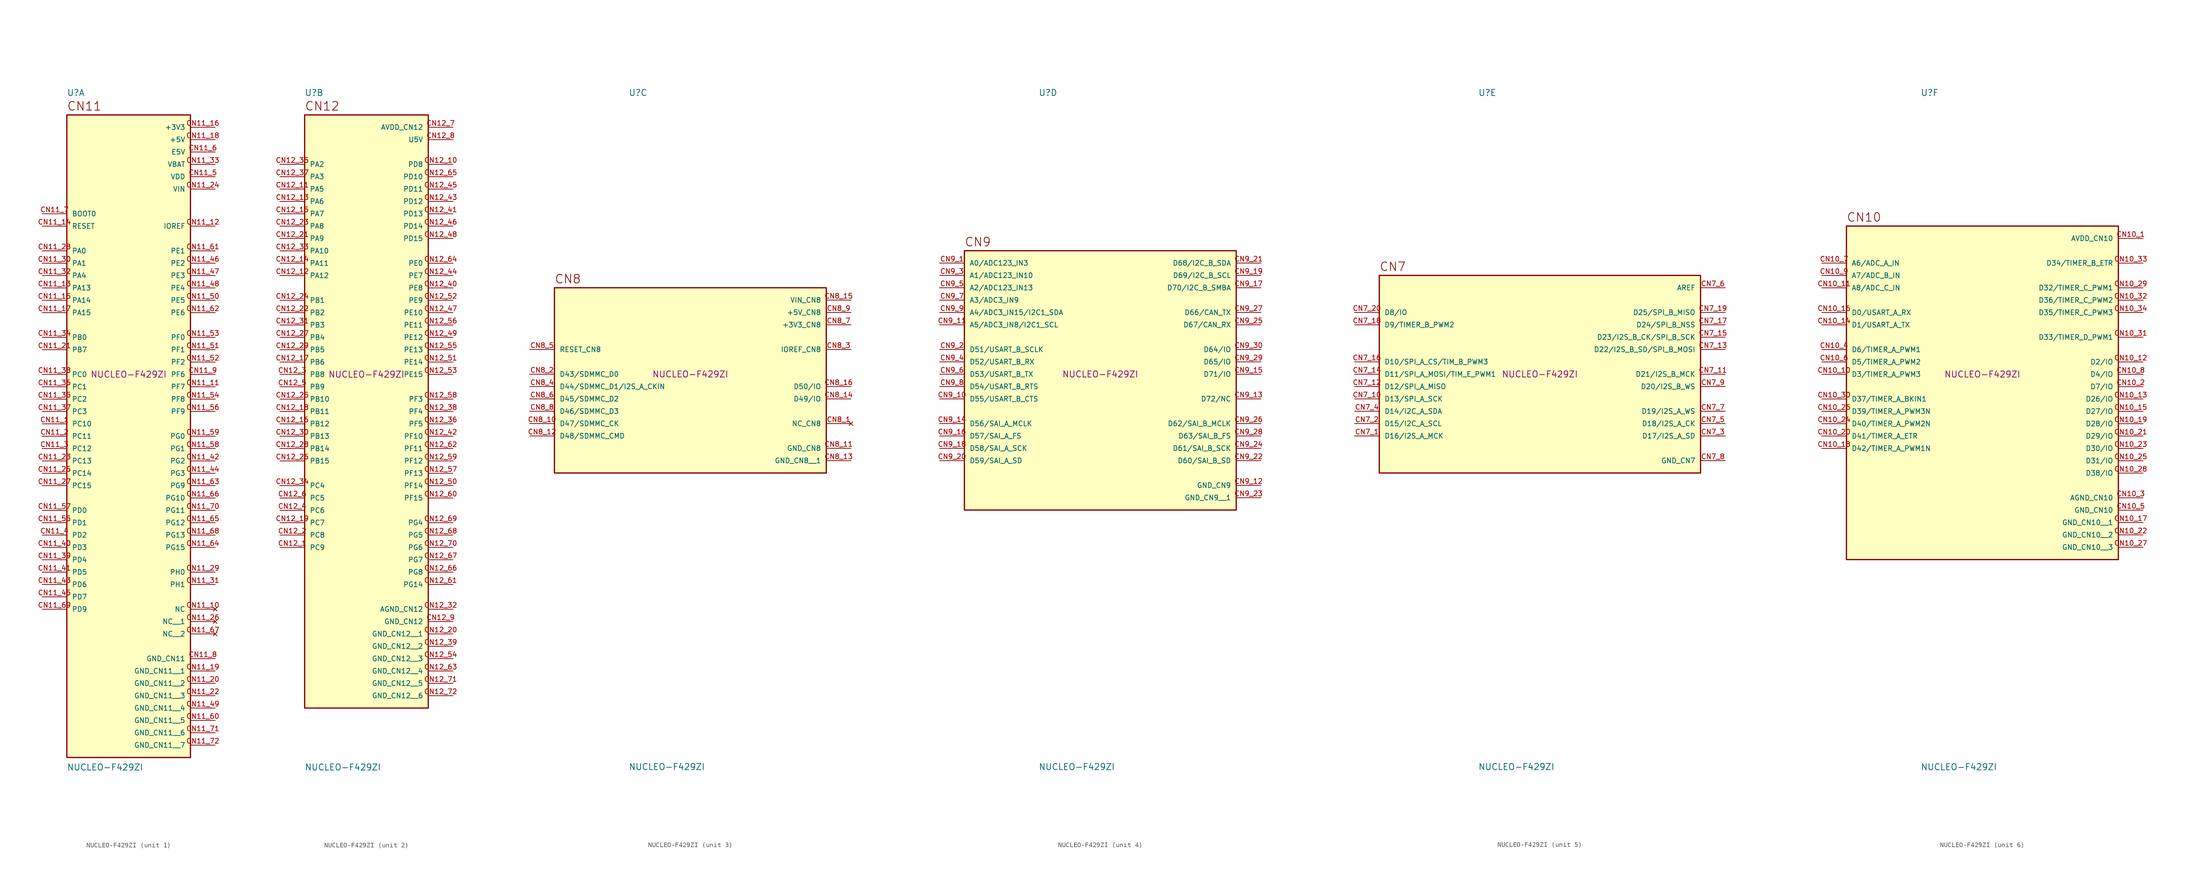
<source format=kicad_sym>
(kicad_symbol_lib
  (version 20211014)
  (generator kicad_symbol_editor)
  (symbol "NUCLEO-F429ZI"
    (pin_names
      (offset 1.016))
    (property "Reference" "U"
      (at -12.7 57.15 0)
      (effects (font (size 1.27 1.27)) (justify left bottom)))
    (property "Value" "NUCLEO-F429ZI"
      (at -12.7 -80.01 0)
      (effects (font (size 1.27 1.27)) (justify left top)))
    (property "Manufacturer_Part_Number" "NUCLEO-F429ZI"
      (at 0 0 0)
      (effects (font (size 1.27 1.27))))
    (symbol "NUCLEO-F429ZI_1_0"
      (rectangle (start -12.7 -78.74) (end 12.7 53.34) (stroke (width 0.254) (type default) (color 0 0 0 0)) (fill (type background)))
      (text "CN11" (at -12.7 54.102 0) (effects (font (size 1.778 1.778)) (justify left bottom)))
      (pin bidirectional line (at -17.78 -10.16 0) (length 5.08) (name "PC10" (effects (font (size 1.016 1.016)))) (number "CN11_1" (effects (font (size 1.016 1.016)))))
      (pin no_connect line (at 17.78 -48.26 180) (length 5.08) (name "NC" (effects (font (size 1.016 1.016)))) (number "CN11_10" (effects (font (size 1.016 1.016)))))
      (pin bidirectional line (at 17.78 -2.54 180) (length 5.08) (name "PF7" (effects (font (size 1.016 1.016)))) (number "CN11_11" (effects (font (size 1.016 1.016)))))
      (pin bidirectional line (at 17.78 30.48 180) (length 5.08) (name "IOREF" (effects (font (size 1.016 1.016)))) (number "CN11_12" (effects (font (size 1.016 1.016)))))
      (pin bidirectional line (at -17.78 17.78 0) (length 5.08) (name "PA13" (effects (font (size 1.016 1.016)))) (number "CN11_13" (effects (font (size 1.016 1.016)))))
      (pin bidirectional line (at -17.78 30.48 0) (length 5.08) (name "RESET" (effects (font (size 1.016 1.016)))) (number "CN11_14" (effects (font (size 1.016 1.016)))))
      (pin bidirectional line (at -17.78 15.24 0) (length 5.08) (name "PA14" (effects (font (size 1.016 1.016)))) (number "CN11_15" (effects (font (size 1.016 1.016)))))
      (pin power_in line (at 17.78 50.8 180) (length 5.08) (name "+3V3" (effects (font (size 1.016 1.016)))) (number "CN11_16" (effects (font (size 1.016 1.016)))))
      (pin bidirectional line (at -17.78 12.7 0) (length 5.08) (name "PA15" (effects (font (size 1.016 1.016)))) (number "CN11_17" (effects (font (size 1.016 1.016)))))
      (pin power_in line (at 17.78 48.26 180) (length 5.08) (name "+5V" (effects (font (size 1.016 1.016)))) (number "CN11_18" (effects (font (size 1.016 1.016)))))
      (pin power_in line (at 17.78 -60.96 180) (length 5.08) (name "GND_CN11__1" (effects (font (size 1.016 1.016)))) (number "CN11_19" (effects (font (size 1.016 1.016)))))
      (pin bidirectional line (at -17.78 -12.7 0) (length 5.08) (name "PC11" (effects (font (size 1.016 1.016)))) (number "CN11_2" (effects (font (size 1.016 1.016)))))
      (pin power_in line (at 17.78 -63.5 180) (length 5.08) (name "GND_CN11__2" (effects (font (size 1.016 1.016)))) (number "CN11_20" (effects (font (size 1.016 1.016)))))
      (pin bidirectional line (at -17.78 5.08 0) (length 5.08) (name "PB7" (effects (font (size 1.016 1.016)))) (number "CN11_21" (effects (font (size 1.016 1.016)))))
      (pin power_in line (at 17.78 -66.04 180) (length 5.08) (name "GND_CN11__3" (effects (font (size 1.016 1.016)))) (number "CN11_22" (effects (font (size 1.016 1.016)))))
      (pin bidirectional line (at -17.78 -17.78 0) (length 5.08) (name "PC13" (effects (font (size 1.016 1.016)))) (number "CN11_23" (effects (font (size 1.016 1.016)))))
      (pin power_in line (at 17.78 38.1 180) (length 5.08) (name "VIN" (effects (font (size 1.016 1.016)))) (number "CN11_24" (effects (font (size 1.016 1.016)))))
      (pin bidirectional line (at -17.78 -20.32 0) (length 5.08) (name "PC14" (effects (font (size 1.016 1.016)))) (number "CN11_25" (effects (font (size 1.016 1.016)))))
      (pin no_connect line (at 17.78 -50.8 180) (length 5.08) (name "NC__1" (effects (font (size 1.016 1.016)))) (number "CN11_26" (effects (font (size 1.016 1.016)))))
      (pin bidirectional line (at -17.78 -22.86 0) (length 5.08) (name "PC15" (effects (font (size 1.016 1.016)))) (number "CN11_27" (effects (font (size 1.016 1.016)))))
      (pin bidirectional line (at -17.78 25.4 0) (length 5.08) (name "PA0" (effects (font (size 1.016 1.016)))) (number "CN11_28" (effects (font (size 1.016 1.016)))))
      (pin bidirectional line (at 17.78 -40.64 180) (length 5.08) (name "PH0" (effects (font (size 1.016 1.016)))) (number "CN11_29" (effects (font (size 1.016 1.016)))))
      (pin bidirectional line (at -17.78 -15.24 0) (length 5.08) (name "PC12" (effects (font (size 1.016 1.016)))) (number "CN11_3" (effects (font (size 1.016 1.016)))))
      (pin bidirectional line (at -17.78 22.86 0) (length 5.08) (name "PA1" (effects (font (size 1.016 1.016)))) (number "CN11_30" (effects (font (size 1.016 1.016)))))
      (pin bidirectional line (at 17.78 -43.18 180) (length 5.08) (name "PH1" (effects (font (size 1.016 1.016)))) (number "CN11_31" (effects (font (size 1.016 1.016)))))
      (pin bidirectional line (at -17.78 20.32 0) (length 5.08) (name "PA4" (effects (font (size 1.016 1.016)))) (number "CN11_32" (effects (font (size 1.016 1.016)))))
      (pin power_in line (at 17.78 43.18 180) (length 5.08) (name "VBAT" (effects (font (size 1.016 1.016)))) (number "CN11_33" (effects (font (size 1.016 1.016)))))
      (pin bidirectional line (at -17.78 7.62 0) (length 5.08) (name "PB0" (effects (font (size 1.016 1.016)))) (number "CN11_34" (effects (font (size 1.016 1.016)))))
      (pin bidirectional line (at -17.78 -5.08 0) (length 5.08) (name "PC2" (effects (font (size 1.016 1.016)))) (number "CN11_35" (effects (font (size 1.016 1.016)))))
      (pin bidirectional line (at -17.78 -2.54 0) (length 5.08) (name "PC1" (effects (font (size 1.016 1.016)))) (number "CN11_36" (effects (font (size 1.016 1.016)))))
      (pin bidirectional line (at -17.78 -7.62 0) (length 5.08) (name "PC3" (effects (font (size 1.016 1.016)))) (number "CN11_37" (effects (font (size 1.016 1.016)))))
      (pin bidirectional line (at -17.78 0 0) (length 5.08) (name "PC0" (effects (font (size 1.016 1.016)))) (number "CN11_38" (effects (font (size 1.016 1.016)))))
      (pin bidirectional line (at -17.78 -38.1 0) (length 5.08) (name "PD4" (effects (font (size 1.016 1.016)))) (number "CN11_39" (effects (font (size 1.016 1.016)))))
      (pin bidirectional line (at -17.78 -33.02 0) (length 5.08) (name "PD2" (effects (font (size 1.016 1.016)))) (number "CN11_4" (effects (font (size 1.016 1.016)))))
      (pin bidirectional line (at -17.78 -35.56 0) (length 5.08) (name "PD3" (effects (font (size 1.016 1.016)))) (number "CN11_40" (effects (font (size 1.016 1.016)))))
      (pin bidirectional line (at -17.78 -40.64 0) (length 5.08) (name "PD5" (effects (font (size 1.016 1.016)))) (number "CN11_41" (effects (font (size 1.016 1.016)))))
      (pin bidirectional line (at 17.78 -17.78 180) (length 5.08) (name "PG2" (effects (font (size 1.016 1.016)))) (number "CN11_42" (effects (font (size 1.016 1.016)))))
      (pin bidirectional line (at -17.78 -43.18 0) (length 5.08) (name "PD6" (effects (font (size 1.016 1.016)))) (number "CN11_43" (effects (font (size 1.016 1.016)))))
      (pin bidirectional line (at 17.78 -20.32 180) (length 5.08) (name "PG3" (effects (font (size 1.016 1.016)))) (number "CN11_44" (effects (font (size 1.016 1.016)))))
      (pin bidirectional line (at -17.78 -45.72 0) (length 5.08) (name "PD7" (effects (font (size 1.016 1.016)))) (number "CN11_45" (effects (font (size 1.016 1.016)))))
      (pin bidirectional line (at 17.78 22.86 180) (length 5.08) (name "PE2" (effects (font (size 1.016 1.016)))) (number "CN11_46" (effects (font (size 1.016 1.016)))))
      (pin bidirectional line (at 17.78 20.32 180) (length 5.08) (name "PE3" (effects (font (size 1.016 1.016)))) (number "CN11_47" (effects (font (size 1.016 1.016)))))
      (pin bidirectional line (at 17.78 17.78 180) (length 5.08) (name "PE4" (effects (font (size 1.016 1.016)))) (number "CN11_48" (effects (font (size 1.016 1.016)))))
      (pin power_in line (at 17.78 -68.58 180) (length 5.08) (name "GND_CN11__4" (effects (font (size 1.016 1.016)))) (number "CN11_49" (effects (font (size 1.016 1.016)))))
      (pin power_in line (at 17.78 40.64 180) (length 5.08) (name "VDD" (effects (font (size 1.016 1.016)))) (number "CN11_5" (effects (font (size 1.016 1.016)))))
      (pin bidirectional line (at 17.78 15.24 180) (length 5.08) (name "PE5" (effects (font (size 1.016 1.016)))) (number "CN11_50" (effects (font (size 1.016 1.016)))))
      (pin bidirectional line (at 17.78 5.08 180) (length 5.08) (name "PF1" (effects (font (size 1.016 1.016)))) (number "CN11_51" (effects (font (size 1.016 1.016)))))
      (pin bidirectional line (at 17.78 2.54 180) (length 5.08) (name "PF2" (effects (font (size 1.016 1.016)))) (number "CN11_52" (effects (font (size 1.016 1.016)))))
      (pin bidirectional line (at 17.78 7.62 180) (length 5.08) (name "PF0" (effects (font (size 1.016 1.016)))) (number "CN11_53" (effects (font (size 1.016 1.016)))))
      (pin bidirectional line (at 17.78 -5.08 180) (length 5.08) (name "PF8" (effects (font (size 1.016 1.016)))) (number "CN11_54" (effects (font (size 1.016 1.016)))))
      (pin bidirectional line (at -17.78 -30.48 0) (length 5.08) (name "PD1" (effects (font (size 1.016 1.016)))) (number "CN11_55" (effects (font (size 1.016 1.016)))))
      (pin bidirectional line (at 17.78 -7.62 180) (length 5.08) (name "PF9" (effects (font (size 1.016 1.016)))) (number "CN11_56" (effects (font (size 1.016 1.016)))))
      (pin bidirectional line (at -17.78 -27.94 0) (length 5.08) (name "PD0" (effects (font (size 1.016 1.016)))) (number "CN11_57" (effects (font (size 1.016 1.016)))))
      (pin bidirectional line (at 17.78 -15.24 180) (length 5.08) (name "PG1" (effects (font (size 1.016 1.016)))) (number "CN11_58" (effects (font (size 1.016 1.016)))))
      (pin bidirectional line (at 17.78 -12.7 180) (length 5.08) (name "PG0" (effects (font (size 1.016 1.016)))) (number "CN11_59" (effects (font (size 1.016 1.016)))))
      (pin power_in line (at 17.78 45.72 180) (length 5.08) (name "E5V" (effects (font (size 1.016 1.016)))) (number "CN11_6" (effects (font (size 1.016 1.016)))))
      (pin power_in line (at 17.78 -71.12 180) (length 5.08) (name "GND_CN11__5" (effects (font (size 1.016 1.016)))) (number "CN11_60" (effects (font (size 1.016 1.016)))))
      (pin bidirectional line (at 17.78 25.4 180) (length 5.08) (name "PE1" (effects (font (size 1.016 1.016)))) (number "CN11_61" (effects (font (size 1.016 1.016)))))
      (pin bidirectional line (at 17.78 12.7 180) (length 5.08) (name "PE6" (effects (font (size 1.016 1.016)))) (number "CN11_62" (effects (font (size 1.016 1.016)))))
      (pin bidirectional line (at 17.78 -22.86 180) (length 5.08) (name "PG9" (effects (font (size 1.016 1.016)))) (number "CN11_63" (effects (font (size 1.016 1.016)))))
      (pin bidirectional line (at 17.78 -35.56 180) (length 5.08) (name "PG15" (effects (font (size 1.016 1.016)))) (number "CN11_64" (effects (font (size 1.016 1.016)))))
      (pin bidirectional line (at 17.78 -30.48 180) (length 5.08) (name "PG12" (effects (font (size 1.016 1.016)))) (number "CN11_65" (effects (font (size 1.016 1.016)))))
      (pin bidirectional line (at 17.78 -25.4 180) (length 5.08) (name "PG10" (effects (font (size 1.016 1.016)))) (number "CN11_66" (effects (font (size 1.016 1.016)))))
      (pin no_connect line (at 17.78 -53.34 180) (length 5.08) (name "NC__2" (effects (font (size 1.016 1.016)))) (number "CN11_67" (effects (font (size 1.016 1.016)))))
      (pin bidirectional line (at 17.78 -33.02 180) (length 5.08) (name "PG13" (effects (font (size 1.016 1.016)))) (number "CN11_68" (effects (font (size 1.016 1.016)))))
      (pin bidirectional line (at -17.78 -48.26 0) (length 5.08) (name "PD9" (effects (font (size 1.016 1.016)))) (number "CN11_69" (effects (font (size 1.016 1.016)))))
      (pin bidirectional line (at -17.78 33.02 0) (length 5.08) (name "BOOT0" (effects (font (size 1.016 1.016)))) (number "CN11_7" (effects (font (size 1.016 1.016)))))
      (pin bidirectional line (at 17.78 -27.94 180) (length 5.08) (name "PG11" (effects (font (size 1.016 1.016)))) (number "CN11_70" (effects (font (size 1.016 1.016)))))
      (pin power_in line (at 17.78 -73.66 180) (length 5.08) (name "GND_CN11__6" (effects (font (size 1.016 1.016)))) (number "CN11_71" (effects (font (size 1.016 1.016)))))
      (pin power_in line (at 17.78 -76.2 180) (length 5.08) (name "GND_CN11__7" (effects (font (size 1.016 1.016)))) (number "CN11_72" (effects (font (size 1.016 1.016)))))
      (pin power_in line (at 17.78 -58.42 180) (length 5.08) (name "GND_CN11" (effects (font (size 1.016 1.016)))) (number "CN11_8" (effects (font (size 1.016 1.016)))))
      (pin bidirectional line (at 17.78 0 180) (length 5.08) (name "PF6" (effects (font (size 1.016 1.016)))) (number "CN11_9" (effects (font (size 1.016 1.016))))))
    (symbol "NUCLEO-F429ZI_2_0"
      (rectangle (start -12.7 -68.58) (end 12.7 53.34) (stroke (width 0.254) (type default) (color 0 0 0 0)) (fill (type background)))
      (text "CN12" (at -12.7 54.102 0) (effects (font (size 1.778 1.778)) (justify left bottom)))
      (pin bidirectional line (at -17.78 -35.56 0) (length 5.08) (name "PC9" (effects (font (size 1.016 1.016)))) (number "CN12_1" (effects (font (size 1.016 1.016)))))
      (pin bidirectional line (at 17.78 43.18 180) (length 5.08) (name "PD8" (effects (font (size 1.016 1.016)))) (number "CN12_10" (effects (font (size 1.016 1.016)))))
      (pin bidirectional line (at -17.78 38.1 0) (length 5.08) (name "PA5" (effects (font (size 1.016 1.016)))) (number "CN12_11" (effects (font (size 1.016 1.016)))))
      (pin bidirectional line (at -17.78 20.32 0) (length 5.08) (name "PA12" (effects (font (size 1.016 1.016)))) (number "CN12_12" (effects (font (size 1.016 1.016)))))
      (pin bidirectional line (at -17.78 35.56 0) (length 5.08) (name "PA6" (effects (font (size 1.016 1.016)))) (number "CN12_13" (effects (font (size 1.016 1.016)))))
      (pin bidirectional line (at -17.78 22.86 0) (length 5.08) (name "PA11" (effects (font (size 1.016 1.016)))) (number "CN12_14" (effects (font (size 1.016 1.016)))))
      (pin bidirectional line (at -17.78 33.02 0) (length 5.08) (name "PA7" (effects (font (size 1.016 1.016)))) (number "CN12_15" (effects (font (size 1.016 1.016)))))
      (pin bidirectional line (at -17.78 -10.16 0) (length 5.08) (name "PB12" (effects (font (size 1.016 1.016)))) (number "CN12_16" (effects (font (size 1.016 1.016)))))
      (pin bidirectional line (at -17.78 2.54 0) (length 5.08) (name "PB6" (effects (font (size 1.016 1.016)))) (number "CN12_17" (effects (font (size 1.016 1.016)))))
      (pin bidirectional line (at -17.78 -7.62 0) (length 5.08) (name "PB11" (effects (font (size 1.016 1.016)))) (number "CN12_18" (effects (font (size 1.016 1.016)))))
      (pin bidirectional line (at -17.78 -30.48 0) (length 5.08) (name "PC7" (effects (font (size 1.016 1.016)))) (number "CN12_19" (effects (font (size 1.016 1.016)))))
      (pin bidirectional line (at -17.78 -33.02 0) (length 5.08) (name "PC8" (effects (font (size 1.016 1.016)))) (number "CN12_2" (effects (font (size 1.016 1.016)))))
      (pin power_in line (at 17.78 -53.34 180) (length 5.08) (name "GND_CN12__1" (effects (font (size 1.016 1.016)))) (number "CN12_20" (effects (font (size 1.016 1.016)))))
      (pin bidirectional line (at -17.78 27.94 0) (length 5.08) (name "PA9" (effects (font (size 1.016 1.016)))) (number "CN12_21" (effects (font (size 1.016 1.016)))))
      (pin bidirectional line (at -17.78 12.7 0) (length 5.08) (name "PB2" (effects (font (size 1.016 1.016)))) (number "CN12_22" (effects (font (size 1.016 1.016)))))
      (pin bidirectional line (at -17.78 30.48 0) (length 5.08) (name "PA8" (effects (font (size 1.016 1.016)))) (number "CN12_23" (effects (font (size 1.016 1.016)))))
      (pin bidirectional line (at -17.78 15.24 0) (length 5.08) (name "PB1" (effects (font (size 1.016 1.016)))) (number "CN12_24" (effects (font (size 1.016 1.016)))))
      (pin bidirectional line (at -17.78 -5.08 0) (length 5.08) (name "PB10" (effects (font (size 1.016 1.016)))) (number "CN12_25" (effects (font (size 1.016 1.016)))))
      (pin bidirectional line (at -17.78 -17.78 0) (length 5.08) (name "PB15" (effects (font (size 1.016 1.016)))) (number "CN12_26" (effects (font (size 1.016 1.016)))))
      (pin bidirectional line (at -17.78 7.62 0) (length 5.08) (name "PB4" (effects (font (size 1.016 1.016)))) (number "CN12_27" (effects (font (size 1.016 1.016)))))
      (pin bidirectional line (at -17.78 -15.24 0) (length 5.08) (name "PB14" (effects (font (size 1.016 1.016)))) (number "CN12_28" (effects (font (size 1.016 1.016)))))
      (pin bidirectional line (at -17.78 5.08 0) (length 5.08) (name "PB5" (effects (font (size 1.016 1.016)))) (number "CN12_29" (effects (font (size 1.016 1.016)))))
      (pin bidirectional line (at -17.78 0 0) (length 5.08) (name "PB8" (effects (font (size 1.016 1.016)))) (number "CN12_3" (effects (font (size 1.016 1.016)))))
      (pin bidirectional line (at -17.78 -12.7 0) (length 5.08) (name "PB13" (effects (font (size 1.016 1.016)))) (number "CN12_30" (effects (font (size 1.016 1.016)))))
      (pin bidirectional line (at -17.78 10.16 0) (length 5.08) (name "PB3" (effects (font (size 1.016 1.016)))) (number "CN12_31" (effects (font (size 1.016 1.016)))))
      (pin power_in line (at 17.78 -48.26 180) (length 5.08) (name "AGND_CN12" (effects (font (size 1.016 1.016)))) (number "CN12_32" (effects (font (size 1.016 1.016)))))
      (pin bidirectional line (at -17.78 25.4 0) (length 5.08) (name "PA10" (effects (font (size 1.016 1.016)))) (number "CN12_33" (effects (font (size 1.016 1.016)))))
      (pin bidirectional line (at -17.78 -22.86 0) (length 5.08) (name "PC4" (effects (font (size 1.016 1.016)))) (number "CN12_34" (effects (font (size 1.016 1.016)))))
      (pin bidirectional line (at -17.78 43.18 0) (length 5.08) (name "PA2" (effects (font (size 1.016 1.016)))) (number "CN12_35" (effects (font (size 1.016 1.016)))))
      (pin bidirectional line (at 17.78 -10.16 180) (length 5.08) (name "PF5" (effects (font (size 1.016 1.016)))) (number "CN12_36" (effects (font (size 1.016 1.016)))))
      (pin bidirectional line (at -17.78 40.64 0) (length 5.08) (name "PA3" (effects (font (size 1.016 1.016)))) (number "CN12_37" (effects (font (size 1.016 1.016)))))
      (pin bidirectional line (at 17.78 -7.62 180) (length 5.08) (name "PF4" (effects (font (size 1.016 1.016)))) (number "CN12_38" (effects (font (size 1.016 1.016)))))
      (pin power_in line (at 17.78 -55.88 180) (length 5.08) (name "GND_CN12__2" (effects (font (size 1.016 1.016)))) (number "CN12_39" (effects (font (size 1.016 1.016)))))
      (pin bidirectional line (at -17.78 -27.94 0) (length 5.08) (name "PC6" (effects (font (size 1.016 1.016)))) (number "CN12_4" (effects (font (size 1.016 1.016)))))
      (pin bidirectional line (at 17.78 17.78 180) (length 5.08) (name "PE8" (effects (font (size 1.016 1.016)))) (number "CN12_40" (effects (font (size 1.016 1.016)))))
      (pin bidirectional line (at 17.78 33.02 180) (length 5.08) (name "PD13" (effects (font (size 1.016 1.016)))) (number "CN12_41" (effects (font (size 1.016 1.016)))))
      (pin bidirectional line (at 17.78 -12.7 180) (length 5.08) (name "PF10" (effects (font (size 1.016 1.016)))) (number "CN12_42" (effects (font (size 1.016 1.016)))))
      (pin bidirectional line (at 17.78 35.56 180) (length 5.08) (name "PD12" (effects (font (size 1.016 1.016)))) (number "CN12_43" (effects (font (size 1.016 1.016)))))
      (pin bidirectional line (at 17.78 20.32 180) (length 5.08) (name "PE7" (effects (font (size 1.016 1.016)))) (number "CN12_44" (effects (font (size 1.016 1.016)))))
      (pin bidirectional line (at 17.78 38.1 180) (length 5.08) (name "PD11" (effects (font (size 1.016 1.016)))) (number "CN12_45" (effects (font (size 1.016 1.016)))))
      (pin bidirectional line (at 17.78 30.48 180) (length 5.08) (name "PD14" (effects (font (size 1.016 1.016)))) (number "CN12_46" (effects (font (size 1.016 1.016)))))
      (pin bidirectional line (at 17.78 12.7 180) (length 5.08) (name "PE10" (effects (font (size 1.016 1.016)))) (number "CN12_47" (effects (font (size 1.016 1.016)))))
      (pin bidirectional line (at 17.78 27.94 180) (length 5.08) (name "PD15" (effects (font (size 1.016 1.016)))) (number "CN12_48" (effects (font (size 1.016 1.016)))))
      (pin bidirectional line (at 17.78 7.62 180) (length 5.08) (name "PE12" (effects (font (size 1.016 1.016)))) (number "CN12_49" (effects (font (size 1.016 1.016)))))
      (pin bidirectional line (at -17.78 -2.54 0) (length 5.08) (name "PB9" (effects (font (size 1.016 1.016)))) (number "CN12_5" (effects (font (size 1.016 1.016)))))
      (pin bidirectional line (at 17.78 -22.86 180) (length 5.08) (name "PF14" (effects (font (size 1.016 1.016)))) (number "CN12_50" (effects (font (size 1.016 1.016)))))
      (pin bidirectional line (at 17.78 2.54 180) (length 5.08) (name "PE14" (effects (font (size 1.016 1.016)))) (number "CN12_51" (effects (font (size 1.016 1.016)))))
      (pin bidirectional line (at 17.78 15.24 180) (length 5.08) (name "PE9" (effects (font (size 1.016 1.016)))) (number "CN12_52" (effects (font (size 1.016 1.016)))))
      (pin bidirectional line (at 17.78 0 180) (length 5.08) (name "PE15" (effects (font (size 1.016 1.016)))) (number "CN12_53" (effects (font (size 1.016 1.016)))))
      (pin power_in line (at 17.78 -58.42 180) (length 5.08) (name "GND_CN12__3" (effects (font (size 1.016 1.016)))) (number "CN12_54" (effects (font (size 1.016 1.016)))))
      (pin bidirectional line (at 17.78 5.08 180) (length 5.08) (name "PE13" (effects (font (size 1.016 1.016)))) (number "CN12_55" (effects (font (size 1.016 1.016)))))
      (pin bidirectional line (at 17.78 10.16 180) (length 5.08) (name "PE11" (effects (font (size 1.016 1.016)))) (number "CN12_56" (effects (font (size 1.016 1.016)))))
      (pin bidirectional line (at 17.78 -20.32 180) (length 5.08) (name "PF13" (effects (font (size 1.016 1.016)))) (number "CN12_57" (effects (font (size 1.016 1.016)))))
      (pin bidirectional line (at 17.78 -5.08 180) (length 5.08) (name "PF3" (effects (font (size 1.016 1.016)))) (number "CN12_58" (effects (font (size 1.016 1.016)))))
      (pin bidirectional line (at 17.78 -17.78 180) (length 5.08) (name "PF12" (effects (font (size 1.016 1.016)))) (number "CN12_59" (effects (font (size 1.016 1.016)))))
      (pin bidirectional line (at -17.78 -25.4 0) (length 5.08) (name "PC5" (effects (font (size 1.016 1.016)))) (number "CN12_6" (effects (font (size 1.016 1.016)))))
      (pin bidirectional line (at 17.78 -25.4 180) (length 5.08) (name "PF15" (effects (font (size 1.016 1.016)))) (number "CN12_60" (effects (font (size 1.016 1.016)))))
      (pin bidirectional line (at 17.78 -43.18 180) (length 5.08) (name "PG14" (effects (font (size 1.016 1.016)))) (number "CN12_61" (effects (font (size 1.016 1.016)))))
      (pin bidirectional line (at 17.78 -15.24 180) (length 5.08) (name "PF11" (effects (font (size 1.016 1.016)))) (number "CN12_62" (effects (font (size 1.016 1.016)))))
      (pin power_in line (at 17.78 -60.96 180) (length 5.08) (name "GND_CN12__4" (effects (font (size 1.016 1.016)))) (number "CN12_63" (effects (font (size 1.016 1.016)))))
      (pin bidirectional line (at 17.78 22.86 180) (length 5.08) (name "PE0" (effects (font (size 1.016 1.016)))) (number "CN12_64" (effects (font (size 1.016 1.016)))))
      (pin bidirectional line (at 17.78 40.64 180) (length 5.08) (name "PD10" (effects (font (size 1.016 1.016)))) (number "CN12_65" (effects (font (size 1.016 1.016)))))
      (pin bidirectional line (at 17.78 -40.64 180) (length 5.08) (name "PG8" (effects (font (size 1.016 1.016)))) (number "CN12_66" (effects (font (size 1.016 1.016)))))
      (pin bidirectional line (at 17.78 -38.1 180) (length 5.08) (name "PG7" (effects (font (size 1.016 1.016)))) (number "CN12_67" (effects (font (size 1.016 1.016)))))
      (pin bidirectional line (at 17.78 -33.02 180) (length 5.08) (name "PG5" (effects (font (size 1.016 1.016)))) (number "CN12_68" (effects (font (size 1.016 1.016)))))
      (pin bidirectional line (at 17.78 -30.48 180) (length 5.08) (name "PG4" (effects (font (size 1.016 1.016)))) (number "CN12_69" (effects (font (size 1.016 1.016)))))
      (pin power_in line (at 17.78 50.8 180) (length 5.08) (name "AVDD_CN12" (effects (font (size 1.016 1.016)))) (number "CN12_7" (effects (font (size 1.016 1.016)))))
      (pin bidirectional line (at 17.78 -35.56 180) (length 5.08) (name "PG6" (effects (font (size 1.016 1.016)))) (number "CN12_70" (effects (font (size 1.016 1.016)))))
      (pin power_in line (at 17.78 -63.5 180) (length 5.08) (name "GND_CN12__5" (effects (font (size 1.016 1.016)))) (number "CN12_71" (effects (font (size 1.016 1.016)))))
      (pin power_in line (at 17.78 -66.04 180) (length 5.08) (name "GND_CN12__6" (effects (font (size 1.016 1.016)))) (number "CN12_72" (effects (font (size 1.016 1.016)))))
      (pin power_in line (at 17.78 48.26 180) (length 5.08) (name "U5V" (effects (font (size 1.016 1.016)))) (number "CN12_8" (effects (font (size 1.016 1.016)))))
      (pin power_in line (at 17.78 -50.8 180) (length 5.08) (name "GND_CN12" (effects (font (size 1.016 1.016)))) (number "CN12_9" (effects (font (size 1.016 1.016))))))
    (symbol "NUCLEO-F429ZI_3_0"
      (rectangle (start -27.94 -20.32) (end 27.94 17.78) (stroke (width 0.254) (type default) (color 0 0 0 0)) (fill (type background)))
      (text "CN8" (at -27.94 18.542 0) (effects (font (size 1.778 1.778)) (justify left bottom)))
      (pin no_connect line (at 33.02 -10.16 180) (length 5.08) (name "NC_CN8" (effects (font (size 1.016 1.016)))) (number "CN8_1" (effects (font (size 1.016 1.016)))))
      (pin bidirectional line (at -33.02 -10.16 0) (length 5.08) (name "D47/SDMMC_CK" (effects (font (size 1.016 1.016)))) (number "CN8_10" (effects (font (size 1.016 1.016)))))
      (pin power_in line (at 33.02 -15.24 180) (length 5.08) (name "GND_CN8" (effects (font (size 1.016 1.016)))) (number "CN8_11" (effects (font (size 1.016 1.016)))))
      (pin bidirectional line (at -33.02 -12.7 0) (length 5.08) (name "D48/SDMMC_CMD" (effects (font (size 1.016 1.016)))) (number "CN8_12" (effects (font (size 1.016 1.016)))))
      (pin power_in line (at 33.02 -17.78 180) (length 5.08) (name "GND_CN8__1" (effects (font (size 1.016 1.016)))) (number "CN8_13" (effects (font (size 1.016 1.016)))))
      (pin bidirectional line (at 33.02 -5.08 180) (length 5.08) (name "D49/IO" (effects (font (size 1.016 1.016)))) (number "CN8_14" (effects (font (size 1.016 1.016)))))
      (pin power_in line (at 33.02 15.24 180) (length 5.08) (name "VIN_CN8" (effects (font (size 1.016 1.016)))) (number "CN8_15" (effects (font (size 1.016 1.016)))))
      (pin bidirectional line (at 33.02 -2.54 180) (length 5.08) (name "D50/IO" (effects (font (size 1.016 1.016)))) (number "CN8_16" (effects (font (size 1.016 1.016)))))
      (pin bidirectional line (at -33.02 0 0) (length 5.08) (name "D43/SDMMC_D0" (effects (font (size 1.016 1.016)))) (number "CN8_2" (effects (font (size 1.016 1.016)))))
      (pin bidirectional line (at 33.02 5.08 180) (length 5.08) (name "IOREF_CN8" (effects (font (size 1.016 1.016)))) (number "CN8_3" (effects (font (size 1.016 1.016)))))
      (pin bidirectional line (at -33.02 -2.54 0) (length 5.08) (name "D44/SDMMC_D1/I2S_A_CKIN" (effects (font (size 1.016 1.016)))) (number "CN8_4" (effects (font (size 1.016 1.016)))))
      (pin bidirectional line (at -33.02 5.08 0) (length 5.08) (name "RESET_CN8" (effects (font (size 1.016 1.016)))) (number "CN8_5" (effects (font (size 1.016 1.016)))))
      (pin bidirectional line (at -33.02 -5.08 0) (length 5.08) (name "D45/SDMMC_D2" (effects (font (size 1.016 1.016)))) (number "CN8_6" (effects (font (size 1.016 1.016)))))
      (pin power_in line (at 33.02 10.16 180) (length 5.08) (name "+3V3_CN8" (effects (font (size 1.016 1.016)))) (number "CN8_7" (effects (font (size 1.016 1.016)))))
      (pin bidirectional line (at -33.02 -7.62 0) (length 5.08) (name "D46/SDMMC_D3" (effects (font (size 1.016 1.016)))) (number "CN8_8" (effects (font (size 1.016 1.016)))))
      (pin power_in line (at 33.02 12.7 180) (length 5.08) (name "+5V_CN8" (effects (font (size 1.016 1.016)))) (number "CN8_9" (effects (font (size 1.016 1.016))))))
    (symbol "NUCLEO-F429ZI_4_0"
      (rectangle (start -27.94 -27.94) (end 27.94 25.4) (stroke (width 0.254) (type default) (color 0 0 0 0)) (fill (type background)))
      (text "CN9" (at -27.94 26.162 0) (effects (font (size 1.778 1.778)) (justify left bottom)))
      (pin input line (at -33.02 22.86 0) (length 5.08) (name "A0/ADC123_IN3" (effects (font (size 1.016 1.016)))) (number "CN9_1" (effects (font (size 1.016 1.016)))))
      (pin bidirectional line (at -33.02 -5.08 0) (length 5.08) (name "D55/USART_B_CTS" (effects (font (size 1.016 1.016)))) (number "CN9_10" (effects (font (size 1.016 1.016)))))
      (pin input line (at -33.02 10.16 0) (length 5.08) (name "A5/ADC3_IN8/I2C1_SCL" (effects (font (size 1.016 1.016)))) (number "CN9_11" (effects (font (size 1.016 1.016)))))
      (pin power_in line (at 33.02 -22.86 180) (length 5.08) (name "GND_CN9" (effects (font (size 1.016 1.016)))) (number "CN9_12" (effects (font (size 1.016 1.016)))))
      (pin bidirectional line (at 33.02 -5.08 180) (length 5.08) (name "D72/NC" (effects (font (size 1.016 1.016)))) (number "CN9_13" (effects (font (size 1.016 1.016)))))
      (pin bidirectional line (at -33.02 -10.16 0) (length 5.08) (name "D56/SAI_A_MCLK" (effects (font (size 1.016 1.016)))) (number "CN9_14" (effects (font (size 1.016 1.016)))))
      (pin bidirectional line (at 33.02 0 180) (length 5.08) (name "D71/IO" (effects (font (size 1.016 1.016)))) (number "CN9_15" (effects (font (size 1.016 1.016)))))
      (pin bidirectional line (at -33.02 -12.7 0) (length 5.08) (name "D57/SAI_A_FS" (effects (font (size 1.016 1.016)))) (number "CN9_16" (effects (font (size 1.016 1.016)))))
      (pin bidirectional line (at 33.02 17.78 180) (length 5.08) (name "D70/I2C_B_SMBA" (effects (font (size 1.016 1.016)))) (number "CN9_17" (effects (font (size 1.016 1.016)))))
      (pin bidirectional line (at -33.02 -15.24 0) (length 5.08) (name "D58/SAI_A_SCK" (effects (font (size 1.016 1.016)))) (number "CN9_18" (effects (font (size 1.016 1.016)))))
      (pin bidirectional line (at 33.02 20.32 180) (length 5.08) (name "D69/I2C_B_SCL" (effects (font (size 1.016 1.016)))) (number "CN9_19" (effects (font (size 1.016 1.016)))))
      (pin bidirectional line (at -33.02 5.08 0) (length 5.08) (name "D51/USART_B_SCLK" (effects (font (size 1.016 1.016)))) (number "CN9_2" (effects (font (size 1.016 1.016)))))
      (pin bidirectional line (at -33.02 -17.78 0) (length 5.08) (name "D59/SAI_A_SD" (effects (font (size 1.016 1.016)))) (number "CN9_20" (effects (font (size 1.016 1.016)))))
      (pin bidirectional line (at 33.02 22.86 180) (length 5.08) (name "D68/I2C_B_SDA" (effects (font (size 1.016 1.016)))) (number "CN9_21" (effects (font (size 1.016 1.016)))))
      (pin bidirectional line (at 33.02 -17.78 180) (length 5.08) (name "D60/SAI_B_SD" (effects (font (size 1.016 1.016)))) (number "CN9_22" (effects (font (size 1.016 1.016)))))
      (pin power_in line (at 33.02 -25.4 180) (length 5.08) (name "GND_CN9__1" (effects (font (size 1.016 1.016)))) (number "CN9_23" (effects (font (size 1.016 1.016)))))
      (pin bidirectional line (at 33.02 -15.24 180) (length 5.08) (name "D61/SAI_B_SCK" (effects (font (size 1.016 1.016)))) (number "CN9_24" (effects (font (size 1.016 1.016)))))
      (pin input line (at 33.02 10.16 180) (length 5.08) (name "D67/CAN_RX" (effects (font (size 1.016 1.016)))) (number "CN9_25" (effects (font (size 1.016 1.016)))))
      (pin bidirectional line (at 33.02 -10.16 180) (length 5.08) (name "D62/SAI_B_MCLK" (effects (font (size 1.016 1.016)))) (number "CN9_26" (effects (font (size 1.016 1.016)))))
      (pin output line (at 33.02 12.7 180) (length 5.08) (name "D66/CAN_TX" (effects (font (size 1.016 1.016)))) (number "CN9_27" (effects (font (size 1.016 1.016)))))
      (pin bidirectional line (at 33.02 -12.7 180) (length 5.08) (name "D63/SAI_B_FS" (effects (font (size 1.016 1.016)))) (number "CN9_28" (effects (font (size 1.016 1.016)))))
      (pin bidirectional line (at 33.02 2.54 180) (length 5.08) (name "D65/IO" (effects (font (size 1.016 1.016)))) (number "CN9_29" (effects (font (size 1.016 1.016)))))
      (pin input line (at -33.02 20.32 0) (length 5.08) (name "A1/ADC123_IN10" (effects (font (size 1.016 1.016)))) (number "CN9_3" (effects (font (size 1.016 1.016)))))
      (pin bidirectional line (at 33.02 5.08 180) (length 5.08) (name "D64/IO" (effects (font (size 1.016 1.016)))) (number "CN9_30" (effects (font (size 1.016 1.016)))))
      (pin bidirectional line (at -33.02 2.54 0) (length 5.08) (name "D52/USART_B_RX" (effects (font (size 1.016 1.016)))) (number "CN9_4" (effects (font (size 1.016 1.016)))))
      (pin input line (at -33.02 17.78 0) (length 5.08) (name "A2/ADC123_IN13" (effects (font (size 1.016 1.016)))) (number "CN9_5" (effects (font (size 1.016 1.016)))))
      (pin bidirectional line (at -33.02 0 0) (length 5.08) (name "D53/USART_B_TX" (effects (font (size 1.016 1.016)))) (number "CN9_6" (effects (font (size 1.016 1.016)))))
      (pin input line (at -33.02 15.24 0) (length 5.08) (name "A3/ADC3_IN9" (effects (font (size 1.016 1.016)))) (number "CN9_7" (effects (font (size 1.016 1.016)))))
      (pin bidirectional line (at -33.02 -2.54 0) (length 5.08) (name "D54/USART_B_RTS" (effects (font (size 1.016 1.016)))) (number "CN9_8" (effects (font (size 1.016 1.016)))))
      (pin input line (at -33.02 12.7 0) (length 5.08) (name "A4/ADC3_IN15/I2C1_SDA" (effects (font (size 1.016 1.016)))) (number "CN9_9" (effects (font (size 1.016 1.016))))))
    (symbol "NUCLEO-F429ZI_5_0"
      (rectangle (start -33.02 -20.32) (end 33.02 20.32) (stroke (width 0.254) (type default) (color 0 0 0 0)) (fill (type background)))
      (text "CN7" (at -33.02 21.082 0) (effects (font (size 1.778 1.778)) (justify left bottom)))
      (pin bidirectional line (at -38.1 -12.7 0) (length 5.08) (name "D16/I2S_A_MCK" (effects (font (size 1.016 1.016)))) (number "CN7_1" (effects (font (size 1.016 1.016)))))
      (pin bidirectional line (at -38.1 -5.08 0) (length 5.08) (name "D13/SPI_A_SCK" (effects (font (size 1.016 1.016)))) (number "CN7_10" (effects (font (size 1.016 1.016)))))
      (pin bidirectional line (at 38.1 0 180) (length 5.08) (name "D21/I2S_B_MCK" (effects (font (size 1.016 1.016)))) (number "CN7_11" (effects (font (size 1.016 1.016)))))
      (pin bidirectional line (at -38.1 -2.54 0) (length 5.08) (name "D12/SPI_A_MISO" (effects (font (size 1.016 1.016)))) (number "CN7_12" (effects (font (size 1.016 1.016)))))
      (pin bidirectional line (at 38.1 5.08 180) (length 5.08) (name "D22/I2S_B_SD/SPI_B_MOSI" (effects (font (size 1.016 1.016)))) (number "CN7_13" (effects (font (size 1.016 1.016)))))
      (pin bidirectional line (at -38.1 0 0) (length 5.08) (name "D11/SPI_A_MOSI/TIM_E_PWM1" (effects (font (size 1.016 1.016)))) (number "CN7_14" (effects (font (size 1.016 1.016)))))
      (pin bidirectional line (at 38.1 7.62 180) (length 5.08) (name "D23/I2S_B_CK/SPI_B_SCK" (effects (font (size 1.016 1.016)))) (number "CN7_15" (effects (font (size 1.016 1.016)))))
      (pin bidirectional line (at -38.1 2.54 0) (length 5.08) (name "D10/SPI_A_CS/TIM_B_PWM3" (effects (font (size 1.016 1.016)))) (number "CN7_16" (effects (font (size 1.016 1.016)))))
      (pin bidirectional line (at 38.1 10.16 180) (length 5.08) (name "D24/SPI_B_NSS" (effects (font (size 1.016 1.016)))) (number "CN7_17" (effects (font (size 1.016 1.016)))))
      (pin bidirectional line (at -38.1 10.16 0) (length 5.08) (name "D9/TIMER_B_PWM2" (effects (font (size 1.016 1.016)))) (number "CN7_18" (effects (font (size 1.016 1.016)))))
      (pin bidirectional line (at 38.1 12.7 180) (length 5.08) (name "D25/SPI_B_MISO" (effects (font (size 1.016 1.016)))) (number "CN7_19" (effects (font (size 1.016 1.016)))))
      (pin bidirectional line (at -38.1 -10.16 0) (length 5.08) (name "D15/I2C_A_SCL" (effects (font (size 1.016 1.016)))) (number "CN7_2" (effects (font (size 1.016 1.016)))))
      (pin bidirectional line (at -38.1 12.7 0) (length 5.08) (name "D8/IO" (effects (font (size 1.016 1.016)))) (number "CN7_20" (effects (font (size 1.016 1.016)))))
      (pin bidirectional line (at 38.1 -12.7 180) (length 5.08) (name "D17/I2S_A_SD" (effects (font (size 1.016 1.016)))) (number "CN7_3" (effects (font (size 1.016 1.016)))))
      (pin bidirectional line (at -38.1 -7.62 0) (length 5.08) (name "D14/I2C_A_SDA" (effects (font (size 1.016 1.016)))) (number "CN7_4" (effects (font (size 1.016 1.016)))))
      (pin bidirectional line (at 38.1 -10.16 180) (length 5.08) (name "D18/I2S_A_CK" (effects (font (size 1.016 1.016)))) (number "CN7_5" (effects (font (size 1.016 1.016)))))
      (pin power_in line (at 38.1 17.78 180) (length 5.08) (name "AREF" (effects (font (size 1.016 1.016)))) (number "CN7_6" (effects (font (size 1.016 1.016)))))
      (pin bidirectional line (at 38.1 -7.62 180) (length 5.08) (name "D19/I2S_A_WS" (effects (font (size 1.016 1.016)))) (number "CN7_7" (effects (font (size 1.016 1.016)))))
      (pin power_in line (at 38.1 -17.78 180) (length 5.08) (name "GND_CN7" (effects (font (size 1.016 1.016)))) (number "CN7_8" (effects (font (size 1.016 1.016)))))
      (pin bidirectional line (at 38.1 -2.54 180) (length 5.08) (name "D20/I2S_B_WS" (effects (font (size 1.016 1.016)))) (number "CN7_9" (effects (font (size 1.016 1.016))))))
    (symbol "NUCLEO-F429ZI_6_0"
      (rectangle (start -27.94 -38.1) (end 27.94 30.48) (stroke (width 0.254) (type default) (color 0 0 0 0)) (fill (type background)))
      (text "CN10" (at -27.94 31.242 0) (effects (font (size 1.778 1.778)) (justify left bottom)))
      (pin power_in line (at 33.02 27.94 180) (length 5.08) (name "AVDD_CN10" (effects (font (size 1.016 1.016)))) (number "CN10_1" (effects (font (size 1.016 1.016)))))
      (pin bidirectional line (at -33.02 0 0) (length 5.08) (name "D3/TIMER_A_PWM3" (effects (font (size 1.016 1.016)))) (number "CN10_10" (effects (font (size 1.016 1.016)))))
      (pin input line (at -33.02 17.78 0) (length 5.08) (name "A8/ADC_C_IN" (effects (font (size 1.016 1.016)))) (number "CN10_11" (effects (font (size 1.016 1.016)))))
      (pin bidirectional line (at 33.02 2.54 180) (length 5.08) (name "D2/IO" (effects (font (size 1.016 1.016)))) (number "CN10_12" (effects (font (size 1.016 1.016)))))
      (pin bidirectional line (at 33.02 -5.08 180) (length 5.08) (name "D26/IO" (effects (font (size 1.016 1.016)))) (number "CN10_13" (effects (font (size 1.016 1.016)))))
      (pin output line (at -33.02 10.16 0) (length 5.08) (name "D1/USART_A_TX" (effects (font (size 1.016 1.016)))) (number "CN10_14" (effects (font (size 1.016 1.016)))))
      (pin bidirectional line (at 33.02 -7.62 180) (length 5.08) (name "D27/IO" (effects (font (size 1.016 1.016)))) (number "CN10_15" (effects (font (size 1.016 1.016)))))
      (pin input line (at -33.02 12.7 0) (length 5.08) (name "D0/USART_A_RX" (effects (font (size 1.016 1.016)))) (number "CN10_16" (effects (font (size 1.016 1.016)))))
      (pin power_in line (at 33.02 -30.48 180) (length 5.08) (name "GND_CN10__1" (effects (font (size 1.016 1.016)))) (number "CN10_17" (effects (font (size 1.016 1.016)))))
      (pin bidirectional line (at -33.02 -15.24 0) (length 5.08) (name "D42/TIMER_A_PWM1N" (effects (font (size 1.016 1.016)))) (number "CN10_18" (effects (font (size 1.016 1.016)))))
      (pin bidirectional line (at 33.02 -10.16 180) (length 5.08) (name "D28/IO" (effects (font (size 1.016 1.016)))) (number "CN10_19" (effects (font (size 1.016 1.016)))))
      (pin bidirectional line (at 33.02 -2.54 180) (length 5.08) (name "D7/IO" (effects (font (size 1.016 1.016)))) (number "CN10_2" (effects (font (size 1.016 1.016)))))
      (pin bidirectional line (at -33.02 -12.7 0) (length 5.08) (name "D41/TIMER_A_ETR" (effects (font (size 1.016 1.016)))) (number "CN10_20" (effects (font (size 1.016 1.016)))))
      (pin bidirectional line (at 33.02 -12.7 180) (length 5.08) (name "D29/IO" (effects (font (size 1.016 1.016)))) (number "CN10_21" (effects (font (size 1.016 1.016)))))
      (pin power_in line (at 33.02 -33.02 180) (length 5.08) (name "GND_CN10__2" (effects (font (size 1.016 1.016)))) (number "CN10_22" (effects (font (size 1.016 1.016)))))
      (pin bidirectional line (at 33.02 -15.24 180) (length 5.08) (name "D30/IO" (effects (font (size 1.016 1.016)))) (number "CN10_23" (effects (font (size 1.016 1.016)))))
      (pin bidirectional line (at -33.02 -10.16 0) (length 5.08) (name "D40/TIMER_A_PWM2N" (effects (font (size 1.016 1.016)))) (number "CN10_24" (effects (font (size 1.016 1.016)))))
      (pin bidirectional line (at 33.02 -17.78 180) (length 5.08) (name "D31/IO" (effects (font (size 1.016 1.016)))) (number "CN10_25" (effects (font (size 1.016 1.016)))))
      (pin bidirectional line (at -33.02 -7.62 0) (length 5.08) (name "D39/TIMER_A_PWM3N" (effects (font (size 1.016 1.016)))) (number "CN10_26" (effects (font (size 1.016 1.016)))))
      (pin power_in line (at 33.02 -35.56 180) (length 5.08) (name "GND_CN10__3" (effects (font (size 1.016 1.016)))) (number "CN10_27" (effects (font (size 1.016 1.016)))))
      (pin bidirectional line (at 33.02 -20.32 180) (length 5.08) (name "D38/IO" (effects (font (size 1.016 1.016)))) (number "CN10_28" (effects (font (size 1.016 1.016)))))
      (pin bidirectional line (at 33.02 17.78 180) (length 5.08) (name "D32/TIMER_C_PWM1" (effects (font (size 1.016 1.016)))) (number "CN10_29" (effects (font (size 1.016 1.016)))))
      (pin power_in line (at 33.02 -25.4 180) (length 5.08) (name "AGND_CN10" (effects (font (size 1.016 1.016)))) (number "CN10_3" (effects (font (size 1.016 1.016)))))
      (pin bidirectional line (at -33.02 -5.08 0) (length 5.08) (name "D37/TIMER_A_BKIN1" (effects (font (size 1.016 1.016)))) (number "CN10_30" (effects (font (size 1.016 1.016)))))
      (pin bidirectional line (at 33.02 7.62 180) (length 5.08) (name "D33/TIMER_D_PWM1" (effects (font (size 1.016 1.016)))) (number "CN10_31" (effects (font (size 1.016 1.016)))))
      (pin bidirectional line (at 33.02 15.24 180) (length 5.08) (name "D36/TIMER_C_PWM2" (effects (font (size 1.016 1.016)))) (number "CN10_32" (effects (font (size 1.016 1.016)))))
      (pin bidirectional line (at 33.02 22.86 180) (length 5.08) (name "D34/TIMER_B_ETR" (effects (font (size 1.016 1.016)))) (number "CN10_33" (effects (font (size 1.016 1.016)))))
      (pin bidirectional line (at 33.02 12.7 180) (length 5.08) (name "D35/TIMER_C_PWM3" (effects (font (size 1.016 1.016)))) (number "CN10_34" (effects (font (size 1.016 1.016)))))
      (pin bidirectional line (at -33.02 5.08 0) (length 5.08) (name "D6/TIMER_A_PWM1" (effects (font (size 1.016 1.016)))) (number "CN10_4" (effects (font (size 1.016 1.016)))))
      (pin power_in line (at 33.02 -27.94 180) (length 5.08) (name "GND_CN10" (effects (font (size 1.016 1.016)))) (number "CN10_5" (effects (font (size 1.016 1.016)))))
      (pin bidirectional line (at -33.02 2.54 0) (length 5.08) (name "D5/TIMER_A_PWM2" (effects (font (size 1.016 1.016)))) (number "CN10_6" (effects (font (size 1.016 1.016)))))
      (pin input line (at -33.02 22.86 0) (length 5.08) (name "A6/ADC_A_IN" (effects (font (size 1.016 1.016)))) (number "CN10_7" (effects (font (size 1.016 1.016)))))
      (pin bidirectional line (at 33.02 0 180) (length 5.08) (name "D4/IO" (effects (font (size 1.016 1.016)))) (number "CN10_8" (effects (font (size 1.016 1.016)))))
      (pin input line (at -33.02 20.32 0) (length 5.08) (name "A7/ADC_B_IN" (effects (font (size 1.016 1.016)))) (number "CN10_9" (effects (font (size 1.016 1.016))))))))
</source>
